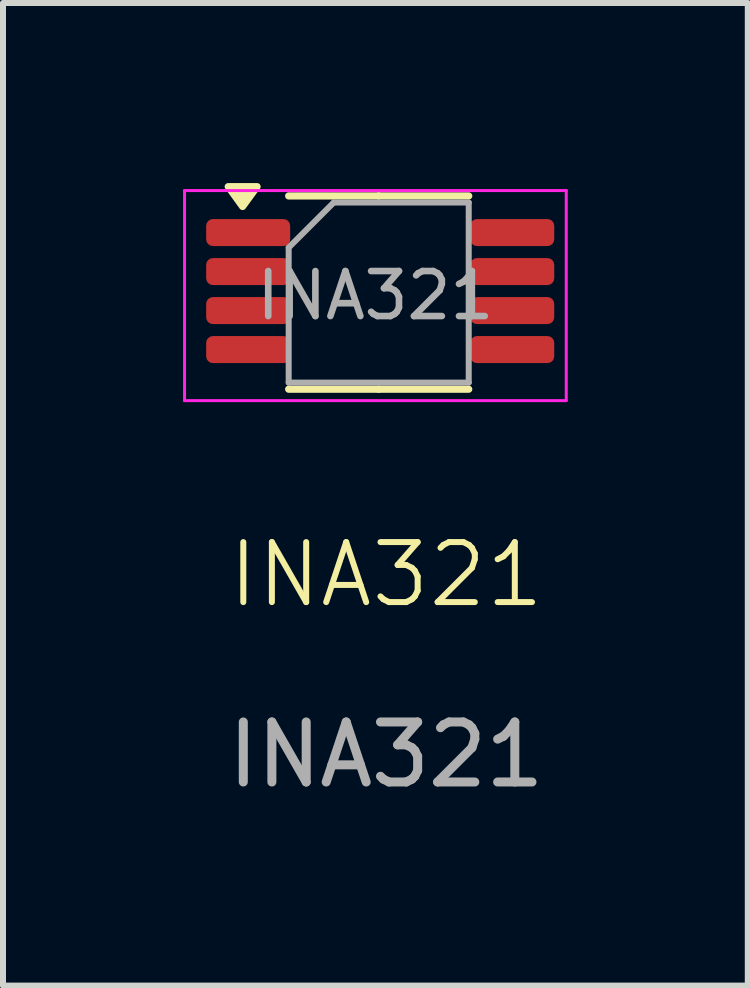
<source format=kicad_pcb>
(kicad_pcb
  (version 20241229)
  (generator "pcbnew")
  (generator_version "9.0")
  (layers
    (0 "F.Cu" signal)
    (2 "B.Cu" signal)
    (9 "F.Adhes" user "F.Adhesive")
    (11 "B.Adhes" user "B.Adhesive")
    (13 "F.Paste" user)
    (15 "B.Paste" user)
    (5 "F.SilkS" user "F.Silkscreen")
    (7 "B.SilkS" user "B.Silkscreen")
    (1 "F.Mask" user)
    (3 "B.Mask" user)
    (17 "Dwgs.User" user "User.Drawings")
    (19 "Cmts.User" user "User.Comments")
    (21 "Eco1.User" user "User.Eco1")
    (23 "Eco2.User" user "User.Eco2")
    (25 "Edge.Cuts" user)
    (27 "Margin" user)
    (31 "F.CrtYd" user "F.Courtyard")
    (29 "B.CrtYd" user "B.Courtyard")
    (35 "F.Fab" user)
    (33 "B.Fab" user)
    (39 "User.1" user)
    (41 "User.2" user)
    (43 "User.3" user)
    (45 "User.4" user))
  (footprint "INA321"
    (layer "F.Cu")
    (at 3.385 7.025)
    (property "Reference" "INA321" (at 0 -0.5 0) (unlocked yes) (layer "F.SilkS") (effects (font (size 1 1) (thickness 0.1))))
    (attr smd)
    (fp_line (start -0.125 -6.81) (end -1.625 -6.81) (stroke (width 0.12) (type solid)) (layer "F.SilkS"))
    (fp_line (start -0.125 -6.81) (end 1.375 -6.81) (stroke (width 0.12) (type solid)) (layer "F.SilkS"))
    (fp_line (start -0.125 -3.59) (end -1.625 -3.59) (stroke (width 0.12) (type solid)) (layer "F.SilkS"))
    (fp_line (start -0.125 -3.59) (end 1.375 -3.59) (stroke (width 0.12) (type solid)) (layer "F.SilkS"))
    (fp_poly (pts (xy -2.393 -6.635) (xy -2.632 -6.965) (xy -2.152 -6.965) (xy -2.393 -6.635)) (stroke (width 0.12) (type solid)) (fill yes) (layer "F.SilkS"))
    (fp_line (start -3.36 -6.9) (end -3.36 -3.4) (stroke (width 0.05) (type solid)) (layer "F.CrtYd"))
    (fp_line (start -3.36 -3.4) (end 3 -3.4) (stroke (width 0.05) (type solid)) (layer "F.CrtYd"))
    (fp_line (start 3 -6.9) (end -3.36 -6.9) (stroke (width 0.05) (type solid)) (layer "F.CrtYd"))
    (fp_line (start 3 -3.4) (end 3 -6.9) (stroke (width 0.05) (type solid)) (layer "F.CrtYd"))
    (fp_line (start -1.625 -5.95) (end -0.875 -6.7) (stroke (width 0.1) (type solid)) (layer "F.Fab"))
    (fp_line (start -1.625 -3.7) (end -1.625 -5.95) (stroke (width 0.1) (type solid)) (layer "F.Fab"))
    (fp_line (start -0.875 -6.7) (end 1.375 -6.7) (stroke (width 0.1) (type solid)) (layer "F.Fab"))
    (fp_line (start 1.375 -6.7) (end 1.375 -3.7) (stroke (width 0.1) (type solid)) (layer "F.Fab"))
    (fp_line (start 1.375 -3.7) (end -1.625 -3.7) (stroke (width 0.1) (type solid)) (layer "F.Fab"))
    (fp_text user "${REFERENCE}" (at -0.18 -5.15 0) (layer "F.Fab") (effects (font (size 0.75 0.75) (thickness 0.11))))
    (fp_text user "${REFERENCE}" (at 0 2.5 0) (unlocked yes) (layer "F.Fab") (effects (font (size 1 1) (thickness 0.15))))
    (pad "1" smd roundrect (at -2.3 -6.2) (size 1.4 0.45) (layers "F.Cu" "F.Mask" "F.Paste") (roundrect_rratio 0.25))
    (pad "2" smd roundrect (at -2.3 -5.55) (size 1.4 0.45) (layers "F.Cu" "F.Mask" "F.Paste") (roundrect_rratio 0.25))
    (pad "3" smd roundrect (at -2.3 -4.9) (size 1.4 0.45) (layers "F.Cu" "F.Mask" "F.Paste") (roundrect_rratio 0.25))
    (pad "4" smd roundrect (at -2.3 -4.25) (size 1.4 0.45) (layers "F.Cu" "F.Mask" "F.Paste") (roundrect_rratio 0.25))
    (pad "5" smd roundrect (at 2.1 -4.25) (size 1.4 0.45) (layers "F.Cu" "F.Mask" "F.Paste") (roundrect_rratio 0.25))
    (pad "6" smd roundrect (at 2.1 -4.9) (size 1.4 0.45) (layers "F.Cu" "F.Mask" "F.Paste") (roundrect_rratio 0.25))
    (pad "7" smd roundrect (at 2.1 -5.55) (size 1.4 0.45) (layers "F.Cu" "F.Mask" "F.Paste") (roundrect_rratio 0.25))
    (pad "8" smd roundrect (at 2.1 -6.2) (size 1.4 0.45) (layers "F.Cu" "F.Mask" "F.Paste") (roundrect_rratio 0.25)))
  (gr_rect
    (start -3 -3)
    (end 9.41 13.373)
    (stroke (width 0.1) (type default))
    (fill no)
    (layer "Edge.Cuts")))
</source>
